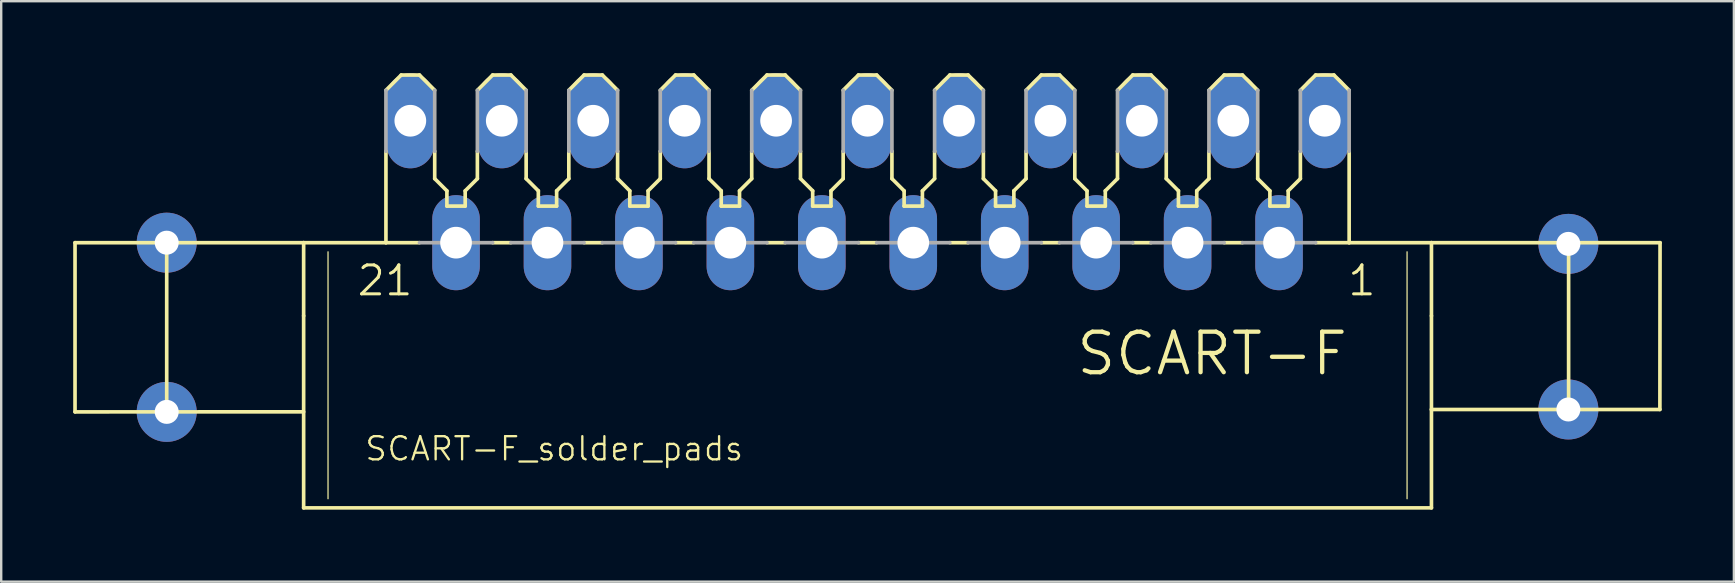
<source format=kicad_pcb>
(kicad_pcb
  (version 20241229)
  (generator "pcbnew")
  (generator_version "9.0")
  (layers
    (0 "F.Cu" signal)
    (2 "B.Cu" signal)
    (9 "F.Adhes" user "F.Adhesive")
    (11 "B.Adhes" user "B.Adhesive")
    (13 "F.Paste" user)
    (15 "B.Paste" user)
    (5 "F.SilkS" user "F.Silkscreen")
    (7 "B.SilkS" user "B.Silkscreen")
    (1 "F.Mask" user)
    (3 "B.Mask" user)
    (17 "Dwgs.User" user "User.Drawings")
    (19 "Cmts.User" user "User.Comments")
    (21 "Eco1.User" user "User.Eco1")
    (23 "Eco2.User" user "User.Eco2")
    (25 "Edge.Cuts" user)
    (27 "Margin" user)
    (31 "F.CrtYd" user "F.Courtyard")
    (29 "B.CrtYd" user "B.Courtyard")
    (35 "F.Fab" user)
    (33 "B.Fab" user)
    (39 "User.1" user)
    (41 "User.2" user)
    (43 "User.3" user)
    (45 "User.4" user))
  (footprint "SCART-F_solder_pads"
    (layer "F.Cu")
    (at 33.096 7.061)
    (property "Reference" "SCART-F_solder_pads" (at -21 9.15 0) (layer "F.SilkS") (effects (font (size 0.965 0.965) (thickness 0.097)) (justify left bottom)))
    (attr through_hole)
    (fp_line (start -33.02 7.05) (end -33.02 0) (stroke (width 0.152) (type solid)) (layer "F.SilkS"))
    (fp_line (start -33.02 7.05) (end -23.495 7.048) (stroke (width 0.152) (type solid)) (layer "F.SilkS"))
    (fp_line (start -29.2 7.05) (end -29.2 0) (stroke (width 0.152) (type solid)) (layer "F.SilkS"))
    (fp_line (start -23.495 0) (end -33.02 0) (stroke (width 0.152) (type solid)) (layer "F.SilkS"))
    (fp_line (start -23.495 3.048) (end -23.495 0) (stroke (width 0.152) (type solid)) (layer "F.SilkS"))
    (fp_line (start -23.495 11.049) (end -23.495 3.048) (stroke (width 0.152) (type solid)) (layer "F.SilkS"))
    (fp_line (start -23.495 11.049) (end 23.495 11.049) (stroke (width 0.152) (type solid)) (layer "F.SilkS"))
    (fp_line (start -22.479 0.381) (end -22.479 10.668) (stroke (width 0.051) (type solid)) (layer "F.SilkS"))
    (fp_line (start -20.066 0) (end -23.495 0) (stroke (width 0.152) (type solid)) (layer "F.SilkS"))
    (fp_line (start -20.066 0) (end -20.066 -3.81) (stroke (width 0.152) (type solid)) (layer "F.SilkS"))
    (fp_line (start -19.431 -6.985) (end -20.066 -6.35) (stroke (width 0.152) (type solid)) (layer "F.SilkS"))
    (fp_line (start -18.669 -6.985) (end -19.431 -6.985) (stroke (width 0.152) (type solid)) (layer "F.SilkS"))
    (fp_line (start -18.669 0) (end -20.066 0) (stroke (width 0.152) (type solid)) (layer "F.SilkS"))
    (fp_line (start -18.034 -6.35) (end -18.669 -6.985) (stroke (width 0.152) (type solid)) (layer "F.SilkS"))
    (fp_line (start -18.034 -2.667) (end -18.034 -3.81) (stroke (width 0.152) (type solid)) (layer "F.SilkS"))
    (fp_line (start -17.526 -2.159) (end -18.034 -2.667) (stroke (width 0.152) (type solid)) (layer "F.SilkS"))
    (fp_line (start -17.526 -1.524) (end -17.526 -2.159) (stroke (width 0.152) (type solid)) (layer "F.SilkS"))
    (fp_line (start -16.764 -2.159) (end -16.764 -1.524) (stroke (width 0.152) (type solid)) (layer "F.SilkS"))
    (fp_line (start -16.764 -1.524) (end -17.526 -1.524) (stroke (width 0.152) (type solid)) (layer "F.SilkS"))
    (fp_line (start -16.256 -3.81) (end -16.256 -2.667) (stroke (width 0.152) (type solid)) (layer "F.SilkS"))
    (fp_line (start -16.256 -2.667) (end -16.764 -2.159) (stroke (width 0.152) (type solid)) (layer "F.SilkS"))
    (fp_line (start -15.621 -6.985) (end -16.256 -6.35) (stroke (width 0.152) (type solid)) (layer "F.SilkS"))
    (fp_line (start -14.859 -6.985) (end -15.621 -6.985) (stroke (width 0.152) (type solid)) (layer "F.SilkS"))
    (fp_line (start -14.859 0) (end -15.621 0) (stroke (width 0.152) (type solid)) (layer "F.SilkS"))
    (fp_line (start -14.224 -6.35) (end -14.859 -6.985) (stroke (width 0.152) (type solid)) (layer "F.SilkS"))
    (fp_line (start -14.224 -2.667) (end -14.224 -3.81) (stroke (width 0.152) (type solid)) (layer "F.SilkS"))
    (fp_line (start -13.716 -2.159) (end -14.224 -2.667) (stroke (width 0.152) (type solid)) (layer "F.SilkS"))
    (fp_line (start -13.716 -1.524) (end -13.716 -2.159) (stroke (width 0.152) (type solid)) (layer "F.SilkS"))
    (fp_line (start -12.954 -2.159) (end -12.954 -1.524) (stroke (width 0.152) (type solid)) (layer "F.SilkS"))
    (fp_line (start -12.954 -1.524) (end -13.716 -1.524) (stroke (width 0.152) (type solid)) (layer "F.SilkS"))
    (fp_line (start -12.446 -3.81) (end -12.446 -2.667) (stroke (width 0.152) (type solid)) (layer "F.SilkS"))
    (fp_line (start -12.446 -2.667) (end -12.954 -2.159) (stroke (width 0.152) (type solid)) (layer "F.SilkS"))
    (fp_line (start -11.811 -6.985) (end -12.446 -6.35) (stroke (width 0.152) (type solid)) (layer "F.SilkS"))
    (fp_line (start -11.049 -6.985) (end -11.811 -6.985) (stroke (width 0.152) (type solid)) (layer "F.SilkS"))
    (fp_line (start -11.049 0) (end -11.811 0) (stroke (width 0.152) (type solid)) (layer "F.SilkS"))
    (fp_line (start -10.414 -6.35) (end -11.049 -6.985) (stroke (width 0.152) (type solid)) (layer "F.SilkS"))
    (fp_line (start -10.414 -2.667) (end -10.414 -3.81) (stroke (width 0.152) (type solid)) (layer "F.SilkS"))
    (fp_line (start -9.906 -2.159) (end -10.414 -2.667) (stroke (width 0.152) (type solid)) (layer "F.SilkS"))
    (fp_line (start -9.906 -1.524) (end -9.906 -2.159) (stroke (width 0.152) (type solid)) (layer "F.SilkS"))
    (fp_line (start -9.144 -2.159) (end -9.144 -1.524) (stroke (width 0.152) (type solid)) (layer "F.SilkS"))
    (fp_line (start -9.144 -1.524) (end -9.906 -1.524) (stroke (width 0.152) (type solid)) (layer "F.SilkS"))
    (fp_line (start -8.636 -3.81) (end -8.636 -2.667) (stroke (width 0.152) (type solid)) (layer "F.SilkS"))
    (fp_line (start -8.636 -2.667) (end -9.144 -2.159) (stroke (width 0.152) (type solid)) (layer "F.SilkS"))
    (fp_line (start -8.001 -6.985) (end -8.636 -6.35) (stroke (width 0.152) (type solid)) (layer "F.SilkS"))
    (fp_line (start -7.239 -6.985) (end -8.001 -6.985) (stroke (width 0.152) (type solid)) (layer "F.SilkS"))
    (fp_line (start -7.239 0) (end -8.001 0) (stroke (width 0.152) (type solid)) (layer "F.SilkS"))
    (fp_line (start -6.604 -6.35) (end -7.239 -6.985) (stroke (width 0.152) (type solid)) (layer "F.SilkS"))
    (fp_line (start -6.604 -2.667) (end -6.604 -3.81) (stroke (width 0.152) (type solid)) (layer "F.SilkS"))
    (fp_line (start -6.096 -2.159) (end -6.604 -2.667) (stroke (width 0.152) (type solid)) (layer "F.SilkS"))
    (fp_line (start -6.096 -1.524) (end -6.096 -2.159) (stroke (width 0.152) (type solid)) (layer "F.SilkS"))
    (fp_line (start -5.334 -2.159) (end -5.334 -1.524) (stroke (width 0.152) (type solid)) (layer "F.SilkS"))
    (fp_line (start -5.334 -1.524) (end -6.096 -1.524) (stroke (width 0.152) (type solid)) (layer "F.SilkS"))
    (fp_line (start -4.826 -3.81) (end -4.826 -2.667) (stroke (width 0.152) (type solid)) (layer "F.SilkS"))
    (fp_line (start -4.826 -2.667) (end -5.334 -2.159) (stroke (width 0.152) (type solid)) (layer "F.SilkS"))
    (fp_line (start -4.191 -6.985) (end -4.826 -6.35) (stroke (width 0.152) (type solid)) (layer "F.SilkS"))
    (fp_line (start -3.429 -6.985) (end -4.191 -6.985) (stroke (width 0.152) (type solid)) (layer "F.SilkS"))
    (fp_line (start -3.429 0) (end -4.191 0) (stroke (width 0.152) (type solid)) (layer "F.SilkS"))
    (fp_line (start -2.794 -6.35) (end -3.429 -6.985) (stroke (width 0.152) (type solid)) (layer "F.SilkS"))
    (fp_line (start -2.794 -2.667) (end -2.794 -3.81) (stroke (width 0.152) (type solid)) (layer "F.SilkS"))
    (fp_line (start -2.286 -2.159) (end -2.794 -2.667) (stroke (width 0.152) (type solid)) (layer "F.SilkS"))
    (fp_line (start -2.286 -1.524) (end -2.286 -2.159) (stroke (width 0.152) (type solid)) (layer "F.SilkS"))
    (fp_line (start -1.524 -2.159) (end -1.524 -1.524) (stroke (width 0.152) (type solid)) (layer "F.SilkS"))
    (fp_line (start -1.524 -1.524) (end -2.286 -1.524) (stroke (width 0.152) (type solid)) (layer "F.SilkS"))
    (fp_line (start -1.016 -3.81) (end -1.016 -2.667) (stroke (width 0.152) (type solid)) (layer "F.SilkS"))
    (fp_line (start -1.016 -2.667) (end -1.524 -2.159) (stroke (width 0.152) (type solid)) (layer "F.SilkS"))
    (fp_line (start -0.381 -6.985) (end -1.016 -6.35) (stroke (width 0.152) (type solid)) (layer "F.SilkS"))
    (fp_line (start 0.381 -6.985) (end -0.381 -6.985) (stroke (width 0.152) (type solid)) (layer "F.SilkS"))
    (fp_line (start 0.381 0) (end -0.381 0) (stroke (width 0.152) (type solid)) (layer "F.SilkS"))
    (fp_line (start 1.016 -6.35) (end 0.381 -6.985) (stroke (width 0.152) (type solid)) (layer "F.SilkS"))
    (fp_line (start 1.016 -2.667) (end 1.016 -3.81) (stroke (width 0.152) (type solid)) (layer "F.SilkS"))
    (fp_line (start 1.524 -2.159) (end 1.016 -2.667) (stroke (width 0.152) (type solid)) (layer "F.SilkS"))
    (fp_line (start 1.524 -1.524) (end 1.524 -2.159) (stroke (width 0.152) (type solid)) (layer "F.SilkS"))
    (fp_line (start 2.286 -2.159) (end 2.286 -1.524) (stroke (width 0.152) (type solid)) (layer "F.SilkS"))
    (fp_line (start 2.286 -1.524) (end 1.524 -1.524) (stroke (width 0.152) (type solid)) (layer "F.SilkS"))
    (fp_line (start 2.794 -3.81) (end 2.794 -2.667) (stroke (width 0.152) (type solid)) (layer "F.SilkS"))
    (fp_line (start 2.794 -2.667) (end 2.286 -2.159) (stroke (width 0.152) (type solid)) (layer "F.SilkS"))
    (fp_line (start 3.429 -6.985) (end 2.794 -6.35) (stroke (width 0.152) (type solid)) (layer "F.SilkS"))
    (fp_line (start 4.191 -6.985) (end 3.429 -6.985) (stroke (width 0.152) (type solid)) (layer "F.SilkS"))
    (fp_line (start 4.191 0) (end 3.429 0) (stroke (width 0.152) (type solid)) (layer "F.SilkS"))
    (fp_line (start 4.826 -6.35) (end 4.191 -6.985) (stroke (width 0.152) (type solid)) (layer "F.SilkS"))
    (fp_line (start 4.826 -2.667) (end 4.826 -3.81) (stroke (width 0.152) (type solid)) (layer "F.SilkS"))
    (fp_line (start 5.334 -2.159) (end 4.826 -2.667) (stroke (width 0.152) (type solid)) (layer "F.SilkS"))
    (fp_line (start 5.334 -1.524) (end 5.334 -2.159) (stroke (width 0.152) (type solid)) (layer "F.SilkS"))
    (fp_line (start 6.096 -2.159) (end 6.096 -1.524) (stroke (width 0.152) (type solid)) (layer "F.SilkS"))
    (fp_line (start 6.096 -1.524) (end 5.334 -1.524) (stroke (width 0.152) (type solid)) (layer "F.SilkS"))
    (fp_line (start 6.604 -3.81) (end 6.604 -2.667) (stroke (width 0.152) (type solid)) (layer "F.SilkS"))
    (fp_line (start 6.604 -2.667) (end 6.096 -2.159) (stroke (width 0.152) (type solid)) (layer "F.SilkS"))
    (fp_line (start 7.239 -6.985) (end 6.604 -6.35) (stroke (width 0.152) (type solid)) (layer "F.SilkS"))
    (fp_line (start 8.001 -6.985) (end 7.239 -6.985) (stroke (width 0.152) (type solid)) (layer "F.SilkS"))
    (fp_line (start 8.001 0) (end 7.239 0) (stroke (width 0.152) (type solid)) (layer "F.SilkS"))
    (fp_line (start 8.636 -6.35) (end 8.001 -6.985) (stroke (width 0.152) (type solid)) (layer "F.SilkS"))
    (fp_line (start 8.636 -2.667) (end 8.636 -3.81) (stroke (width 0.152) (type solid)) (layer "F.SilkS"))
    (fp_line (start 9.144 -2.159) (end 8.636 -2.667) (stroke (width 0.152) (type solid)) (layer "F.SilkS"))
    (fp_line (start 9.144 -1.524) (end 9.144 -2.159) (stroke (width 0.152) (type solid)) (layer "F.SilkS"))
    (fp_line (start 9.906 -2.159) (end 9.906 -1.524) (stroke (width 0.152) (type solid)) (layer "F.SilkS"))
    (fp_line (start 9.906 -1.524) (end 9.144 -1.524) (stroke (width 0.152) (type solid)) (layer "F.SilkS"))
    (fp_line (start 10.414 -3.81) (end 10.414 -2.667) (stroke (width 0.152) (type solid)) (layer "F.SilkS"))
    (fp_line (start 10.414 -2.667) (end 9.906 -2.159) (stroke (width 0.152) (type solid)) (layer "F.SilkS"))
    (fp_line (start 11.049 -6.985) (end 10.414 -6.35) (stroke (width 0.152) (type solid)) (layer "F.SilkS"))
    (fp_line (start 11.811 -6.985) (end 11.049 -6.985) (stroke (width 0.152) (type solid)) (layer "F.SilkS"))
    (fp_line (start 11.811 0) (end 11.049 0) (stroke (width 0.152) (type solid)) (layer "F.SilkS"))
    (fp_line (start 12.446 -6.35) (end 11.811 -6.985) (stroke (width 0.152) (type solid)) (layer "F.SilkS"))
    (fp_line (start 12.446 -2.667) (end 12.446 -3.81) (stroke (width 0.152) (type solid)) (layer "F.SilkS"))
    (fp_line (start 12.954 -2.159) (end 12.446 -2.667) (stroke (width 0.152) (type solid)) (layer "F.SilkS"))
    (fp_line (start 12.954 -1.524) (end 12.954 -2.159) (stroke (width 0.152) (type solid)) (layer "F.SilkS"))
    (fp_line (start 13.716 -2.159) (end 13.716 -1.524) (stroke (width 0.152) (type solid)) (layer "F.SilkS"))
    (fp_line (start 13.716 -1.524) (end 12.954 -1.524) (stroke (width 0.152) (type solid)) (layer "F.SilkS"))
    (fp_line (start 14.224 -3.81) (end 14.224 -2.667) (stroke (width 0.152) (type solid)) (layer "F.SilkS"))
    (fp_line (start 14.224 -2.667) (end 13.716 -2.159) (stroke (width 0.152) (type solid)) (layer "F.SilkS"))
    (fp_line (start 14.859 -6.985) (end 14.224 -6.35) (stroke (width 0.152) (type solid)) (layer "F.SilkS"))
    (fp_line (start 15.621 -6.985) (end 14.859 -6.985) (stroke (width 0.152) (type solid)) (layer "F.SilkS"))
    (fp_line (start 15.621 0) (end 14.859 0) (stroke (width 0.152) (type solid)) (layer "F.SilkS"))
    (fp_line (start 16.256 -6.35) (end 15.621 -6.985) (stroke (width 0.152) (type solid)) (layer "F.SilkS"))
    (fp_line (start 16.256 -2.667) (end 16.256 -3.81) (stroke (width 0.152) (type solid)) (layer "F.SilkS"))
    (fp_line (start 16.764 -2.159) (end 16.256 -2.667) (stroke (width 0.152) (type solid)) (layer "F.SilkS"))
    (fp_line (start 16.764 -1.524) (end 16.764 -2.159) (stroke (width 0.152) (type solid)) (layer "F.SilkS"))
    (fp_line (start 17.526 -2.159) (end 17.526 -1.524) (stroke (width 0.152) (type solid)) (layer "F.SilkS"))
    (fp_line (start 17.526 -1.524) (end 16.764 -1.524) (stroke (width 0.152) (type solid)) (layer "F.SilkS"))
    (fp_line (start 18.034 -3.81) (end 18.034 -2.667) (stroke (width 0.152) (type solid)) (layer "F.SilkS"))
    (fp_line (start 18.034 -2.667) (end 17.526 -2.159) (stroke (width 0.152) (type solid)) (layer "F.SilkS"))
    (fp_line (start 18.669 -6.985) (end 18.034 -6.35) (stroke (width 0.152) (type solid)) (layer "F.SilkS"))
    (fp_line (start 18.669 -6.985) (end 19.431 -6.985) (stroke (width 0.152) (type solid)) (layer "F.SilkS"))
    (fp_line (start 20.066 -6.35) (end 19.431 -6.985) (stroke (width 0.152) (type solid)) (layer "F.SilkS"))
    (fp_line (start 20.066 0) (end 18.669 0) (stroke (width 0.152) (type solid)) (layer "F.SilkS"))
    (fp_line (start 20.066 0) (end 20.066 -3.81) (stroke (width 0.152) (type solid)) (layer "F.SilkS"))
    (fp_line (start 22.479 0.381) (end 22.479 10.668) (stroke (width 0.051) (type solid)) (layer "F.SilkS"))
    (fp_line (start 23.488 6.95) (end 33.013 6.95) (stroke (width 0.152) (type solid)) (layer "F.SilkS"))
    (fp_line (start 23.495 0) (end 20.066 0) (stroke (width 0.152) (type solid)) (layer "F.SilkS"))
    (fp_line (start 23.495 3.048) (end 23.495 0) (stroke (width 0.152) (type solid)) (layer "F.SilkS"))
    (fp_line (start 23.495 11.049) (end 23.495 3.048) (stroke (width 0.152) (type solid)) (layer "F.SilkS"))
    (fp_line (start 29.21 6.95) (end 29.21 0) (stroke (width 0.152) (type solid)) (layer "F.SilkS"))
    (fp_line (start 33.013 6.95) (end 33.02 0) (stroke (width 0.152) (type solid)) (layer "F.SilkS"))
    (fp_line (start 33.02 0) (end 23.495 0) (stroke (width 0.152) (type solid)) (layer "F.SilkS"))
    (fp_line (start -20.066 -6.35) (end -20.066 -3.81) (stroke (width 0.152) (type solid)) (layer "F.Fab"))
    (fp_line (start -18.669 0) (end -15.621 0) (stroke (width 0.152) (type solid)) (layer "F.Fab"))
    (fp_line (start -18.034 -3.81) (end -18.034 -6.35) (stroke (width 0.152) (type solid)) (layer "F.Fab"))
    (fp_line (start -16.256 -6.35) (end -16.256 -3.81) (stroke (width 0.152) (type solid)) (layer "F.Fab"))
    (fp_line (start -14.859 0) (end -11.811 0) (stroke (width 0.152) (type solid)) (layer "F.Fab"))
    (fp_line (start -14.224 -3.81) (end -14.224 -6.35) (stroke (width 0.152) (type solid)) (layer "F.Fab"))
    (fp_line (start -12.446 -6.35) (end -12.446 -3.81) (stroke (width 0.152) (type solid)) (layer "F.Fab"))
    (fp_line (start -11.049 0) (end -8.001 0) (stroke (width 0.152) (type solid)) (layer "F.Fab"))
    (fp_line (start -10.414 -3.81) (end -10.414 -6.35) (stroke (width 0.152) (type solid)) (layer "F.Fab"))
    (fp_line (start -8.636 -6.35) (end -8.636 -3.81) (stroke (width 0.152) (type solid)) (layer "F.Fab"))
    (fp_line (start -7.239 0) (end -4.191 0) (stroke (width 0.152) (type solid)) (layer "F.Fab"))
    (fp_line (start -6.604 -3.81) (end -6.604 -6.35) (stroke (width 0.152) (type solid)) (layer "F.Fab"))
    (fp_line (start -4.826 -6.35) (end -4.826 -3.81) (stroke (width 0.152) (type solid)) (layer "F.Fab"))
    (fp_line (start -3.429 0) (end -0.381 0) (stroke (width 0.152) (type solid)) (layer "F.Fab"))
    (fp_line (start -2.794 -3.81) (end -2.794 -6.35) (stroke (width 0.152) (type solid)) (layer "F.Fab"))
    (fp_line (start -1.016 -6.35) (end -1.016 -3.81) (stroke (width 0.152) (type solid)) (layer "F.Fab"))
    (fp_line (start 0.381 0) (end 3.429 0) (stroke (width 0.152) (type solid)) (layer "F.Fab"))
    (fp_line (start 1.016 -3.81) (end 1.016 -6.35) (stroke (width 0.152) (type solid)) (layer "F.Fab"))
    (fp_line (start 2.794 -6.35) (end 2.794 -3.81) (stroke (width 0.152) (type solid)) (layer "F.Fab"))
    (fp_line (start 4.191 0) (end 7.239 0) (stroke (width 0.152) (type solid)) (layer "F.Fab"))
    (fp_line (start 4.826 -3.81) (end 4.826 -6.35) (stroke (width 0.152) (type solid)) (layer "F.Fab"))
    (fp_line (start 6.604 -6.35) (end 6.604 -3.81) (stroke (width 0.152) (type solid)) (layer "F.Fab"))
    (fp_line (start 8.001 0) (end 11.049 0) (stroke (width 0.152) (type solid)) (layer "F.Fab"))
    (fp_line (start 8.636 -3.81) (end 8.636 -6.35) (stroke (width 0.152) (type solid)) (layer "F.Fab"))
    (fp_line (start 10.414 -6.35) (end 10.414 -3.81) (stroke (width 0.152) (type solid)) (layer "F.Fab"))
    (fp_line (start 11.811 0) (end 14.859 0) (stroke (width 0.152) (type solid)) (layer "F.Fab"))
    (fp_line (start 12.446 -3.81) (end 12.446 -6.35) (stroke (width 0.152) (type solid)) (layer "F.Fab"))
    (fp_line (start 14.224 -6.35) (end 14.224 -3.81) (stroke (width 0.152) (type solid)) (layer "F.Fab"))
    (fp_line (start 15.621 0) (end 18.669 0) (stroke (width 0.152) (type solid)) (layer "F.Fab"))
    (fp_line (start 16.256 -3.81) (end 16.256 -6.35) (stroke (width 0.152) (type solid)) (layer "F.Fab"))
    (fp_line (start 18.034 -6.35) (end 18.034 -3.81) (stroke (width 0.152) (type solid)) (layer "F.Fab"))
    (fp_line (start 20.066 -3.81) (end 20.066 -6.35) (stroke (width 0.152) (type solid)) (layer "F.Fab"))
    (fp_text user "SCART-F" (at 8.611 5.613 0) (layer "F.SilkS") (effects (font (size 1.689 1.689) (thickness 0.178)) (justify left bottom)))
    (fp_text user "1" (at 19.939 2.286 0) (layer "F.SilkS") (effects (font (size 1.206 1.206) (thickness 0.127)) (justify left bottom)))
    (fp_text user "21" (at -21.336 2.286 0) (layer "F.SilkS") (effects (font (size 1.206 1.206) (thickness 0.127)) (justify left bottom)))
    (pad "" np_thru_hole circle (at -29.2 0) (size 2.5 2.5) (drill 1) (layers "*.Cu" "*.Mask"))
    (pad "" np_thru_hole circle (at -29.2 7.05) (size 2.5 2.5) (drill 1) (layers "*.Cu" "*.Mask"))
    (pad "" np_thru_hole circle (at 29.2 0.05) (size 2.5 2.5) (drill 1) (layers "*.Cu" "*.Mask"))
    (pad "" np_thru_hole circle (at 29.2 6.95) (size 2.5 2.5) (drill 1) (layers "*.Cu" "*.Mask"))
    (pad "1" thru_hole oval (at 19.05 -5.08 90) (size 3.962 1.981) (drill 1.321) (layers "*.Cu" "*.Mask"))
    (pad "2" thru_hole oval (at 17.145 0 90) (size 3.962 1.981) (drill 1.321) (layers "*.Cu" "*.Mask"))
    (pad "3" thru_hole oval (at 15.24 -5.08 90) (size 3.962 1.981) (drill 1.321) (layers "*.Cu" "*.Mask"))
    (pad "4" thru_hole oval (at 13.335 0 90) (size 3.962 1.981) (drill 1.321) (layers "*.Cu" "*.Mask"))
    (pad "5" thru_hole oval (at 11.43 -5.08 90) (size 3.962 1.981) (drill 1.321) (layers "*.Cu" "*.Mask"))
    (pad "6" thru_hole oval (at 9.525 0 90) (size 3.962 1.981) (drill 1.321) (layers "*.Cu" "*.Mask"))
    (pad "7" thru_hole oval (at 7.62 -5.08 90) (size 3.962 1.981) (drill 1.321) (layers "*.Cu" "*.Mask"))
    (pad "8" thru_hole oval (at 5.715 0 90) (size 3.962 1.981) (drill 1.321) (layers "*.Cu" "*.Mask"))
    (pad "9" thru_hole oval (at 3.81 -5.08 90) (size 3.962 1.981) (drill 1.321) (layers "*.Cu" "*.Mask"))
    (pad "10" thru_hole oval (at 1.905 0 90) (size 3.962 1.981) (drill 1.321) (layers "*.Cu" "*.Mask"))
    (pad "11" thru_hole oval (at 0 -5.08 90) (size 3.962 1.981) (drill 1.321) (layers "*.Cu" "*.Mask"))
    (pad "12" thru_hole oval (at -1.905 0 90) (size 3.962 1.981) (drill 1.321) (layers "*.Cu" "*.Mask"))
    (pad "13" thru_hole oval (at -3.81 -5.08 90) (size 3.962 1.981) (drill 1.321) (layers "*.Cu" "*.Mask"))
    (pad "14" thru_hole oval (at -5.715 0 90) (size 3.962 1.981) (drill 1.321) (layers "*.Cu" "*.Mask"))
    (pad "15" thru_hole oval (at -7.62 -5.08 90) (size 3.962 1.981) (drill 1.321) (layers "*.Cu" "*.Mask"))
    (pad "16" thru_hole oval (at -9.525 0 90) (size 3.962 1.981) (drill 1.321) (layers "*.Cu" "*.Mask"))
    (pad "17" thru_hole oval (at -11.43 -5.08 90) (size 3.962 1.981) (drill 1.321) (layers "*.Cu" "*.Mask"))
    (pad "18" thru_hole oval (at -13.335 0 90) (size 3.962 1.981) (drill 1.321) (layers "*.Cu" "*.Mask"))
    (pad "19" thru_hole oval (at -15.24 -5.08 90) (size 3.962 1.981) (drill 1.321) (layers "*.Cu" "*.Mask"))
    (pad "20" thru_hole oval (at -17.145 0 90) (size 3.962 1.981) (drill 1.321) (layers "*.Cu" "*.Mask"))
    (pad "21" thru_hole oval (at -19.05 -5.08 90) (size 3.962 1.981) (drill 1.321) (layers "*.Cu" "*.Mask")))
  (gr_rect
    (start -3 -3)
    (end 69.192 21.186)
    (stroke (width 0.1) (type default))
    (fill no)
    (layer "Edge.Cuts")))
</source>
